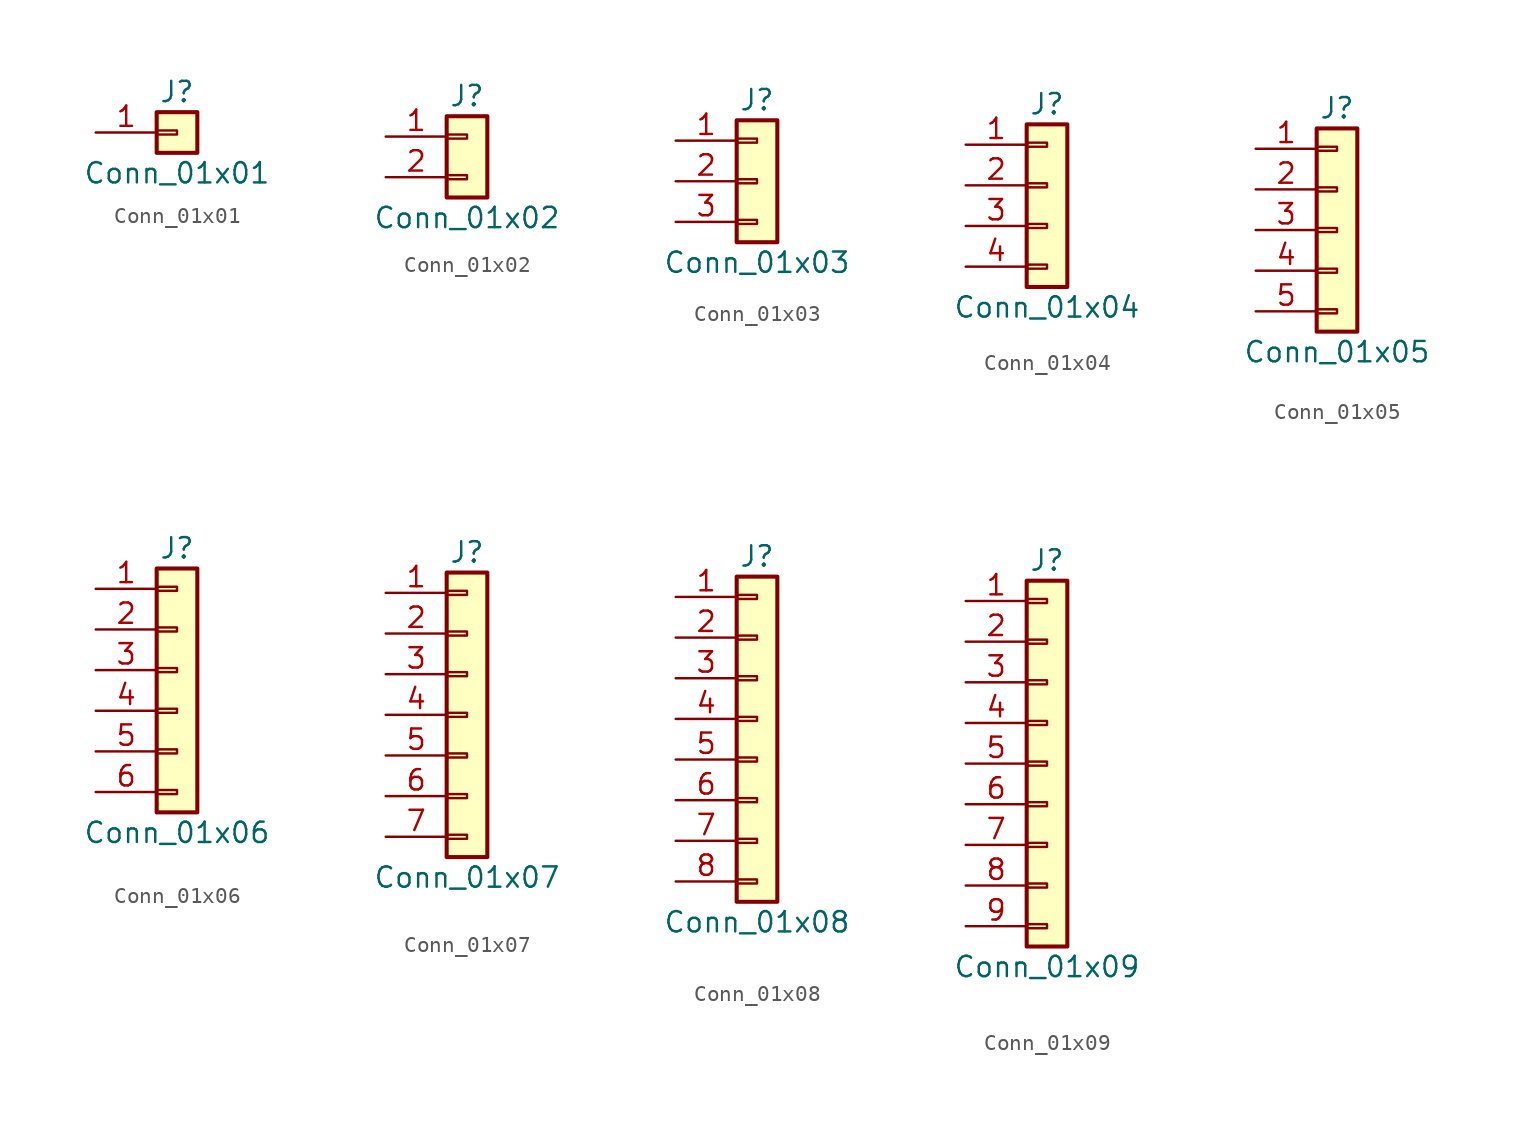
<source format=kicad_sym>
(kicad_symbol_lib
  (version 20201005)
  (generator kicad_symbol_editor)
  (symbol "Connector_Generic:Conn_01x01"
    (pin_names
      (offset 1.016) hide)
    (property "Reference" "J"
      (at 0 2.54 0)
      (effects (font (size 1.27 1.27))))
    (property "Value" "Conn_01x01"
      (at 0 -2.54 0)
      (effects (font (size 1.27 1.27))))
    (symbol "Conn_01x01_1_1"
      (rectangle (start -1.27 0.127) (end 0 -0.127) (stroke (width 0.152)) (fill (type none)))
      (rectangle (start -1.27 1.27) (end 1.27 -1.27) (stroke (width 0.254)) (fill (type background)))
      (pin passive line (at -5.08 0 0) (length 3.81) (name "Pin_1" (effects (font (size 1.27 1.27)))) (number "1" (effects (font (size 1.27 1.27)))))))
  (symbol "Connector_Generic:Conn_01x02"
    (pin_names
      (offset 1.016) hide)
    (property "Reference" "J"
      (at 0 2.54 0)
      (effects (font (size 1.27 1.27))))
    (property "Value" "Conn_01x02"
      (at 0 -5.08 0)
      (effects (font (size 1.27 1.27))))
    (symbol "Conn_01x02_1_1"
      (rectangle (start -1.27 -2.413) (end 0 -2.667) (stroke (width 0.152)) (fill (type none)))
      (rectangle (start -1.27 0.127) (end 0 -0.127) (stroke (width 0.152)) (fill (type none)))
      (rectangle (start -1.27 1.27) (end 1.27 -3.81) (stroke (width 0.254)) (fill (type background)))
      (pin passive line (at -5.08 0 0) (length 3.81) (name "Pin_1" (effects (font (size 1.27 1.27)))) (number "1" (effects (font (size 1.27 1.27)))))
      (pin passive line (at -5.08 -2.54 0) (length 3.81) (name "Pin_2" (effects (font (size 1.27 1.27)))) (number "2" (effects (font (size 1.27 1.27)))))))
  (symbol "Connector_Generic:Conn_01x03"
    (pin_names
      (offset 1.016) hide)
    (property "Reference" "J"
      (at 0 5.08 0)
      (effects (font (size 1.27 1.27))))
    (property "Value" "Conn_01x03"
      (at 0 -5.08 0)
      (effects (font (size 1.27 1.27))))
    (symbol "Conn_01x03_1_1"
      (rectangle (start -1.27 -2.413) (end 0 -2.667) (stroke (width 0.152)) (fill (type none)))
      (rectangle (start -1.27 2.667) (end 0 2.413) (stroke (width 0.152)) (fill (type none)))
      (rectangle (start -1.27 3.81) (end 1.27 -3.81) (stroke (width 0.254)) (fill (type background)))
      (rectangle (start -1.27 0.127) (end 0 -0.127) (stroke (width 0.152)) (fill (type none)))
      (pin passive line (at -5.08 2.54 0) (length 3.81) (name "Pin_1" (effects (font (size 1.27 1.27)))) (number "1" (effects (font (size 1.27 1.27)))))
      (pin passive line (at -5.08 0 0) (length 3.81) (name "Pin_2" (effects (font (size 1.27 1.27)))) (number "2" (effects (font (size 1.27 1.27)))))
      (pin passive line (at -5.08 -2.54 0) (length 3.81) (name "Pin_3" (effects (font (size 1.27 1.27)))) (number "3" (effects (font (size 1.27 1.27)))))))
  (symbol "Connector_Generic:Conn_01x04"
    (pin_names
      (offset 1.016) hide)
    (property "Reference" "J"
      (at 0 5.08 0)
      (effects (font (size 1.27 1.27))))
    (property "Value" "Conn_01x04"
      (at 0 -7.62 0)
      (effects (font (size 1.27 1.27))))
    (symbol "Conn_01x04_1_1"
      (rectangle (start -1.27 -4.953) (end 0 -5.207) (stroke (width 0.152)) (fill (type none)))
      (rectangle (start -1.27 -2.413) (end 0 -2.667) (stroke (width 0.152)) (fill (type none)))
      (rectangle (start -1.27 2.667) (end 0 2.413) (stroke (width 0.152)) (fill (type none)))
      (rectangle (start -1.27 3.81) (end 1.27 -6.35) (stroke (width 0.254)) (fill (type background)))
      (rectangle (start -1.27 0.127) (end 0 -0.127) (stroke (width 0.152)) (fill (type none)))
      (pin passive line (at -5.08 2.54 0) (length 3.81) (name "Pin_1" (effects (font (size 1.27 1.27)))) (number "1" (effects (font (size 1.27 1.27)))))
      (pin passive line (at -5.08 0 0) (length 3.81) (name "Pin_2" (effects (font (size 1.27 1.27)))) (number "2" (effects (font (size 1.27 1.27)))))
      (pin passive line (at -5.08 -2.54 0) (length 3.81) (name "Pin_3" (effects (font (size 1.27 1.27)))) (number "3" (effects (font (size 1.27 1.27)))))
      (pin passive line (at -5.08 -5.08 0) (length 3.81) (name "Pin_4" (effects (font (size 1.27 1.27)))) (number "4" (effects (font (size 1.27 1.27)))))))
  (symbol "Connector_Generic:Conn_01x05"
    (pin_names
      (offset 1.016) hide)
    (property "Reference" "J"
      (at 0 7.62 0)
      (effects (font (size 1.27 1.27))))
    (property "Value" "Conn_01x05"
      (at 0 -7.62 0)
      (effects (font (size 1.27 1.27))))
    (symbol "Conn_01x05_1_1"
      (rectangle (start -1.27 -4.953) (end 0 -5.207) (stroke (width 0.152)) (fill (type none)))
      (rectangle (start -1.27 -2.413) (end 0 -2.667) (stroke (width 0.152)) (fill (type none)))
      (rectangle (start -1.27 2.667) (end 0 2.413) (stroke (width 0.152)) (fill (type none)))
      (rectangle (start -1.27 5.207) (end 0 4.953) (stroke (width 0.152)) (fill (type none)))
      (rectangle (start -1.27 6.35) (end 1.27 -6.35) (stroke (width 0.254)) (fill (type background)))
      (rectangle (start -1.27 0.127) (end 0 -0.127) (stroke (width 0.152)) (fill (type none)))
      (pin passive line (at -5.08 5.08 0) (length 3.81) (name "Pin_1" (effects (font (size 1.27 1.27)))) (number "1" (effects (font (size 1.27 1.27)))))
      (pin passive line (at -5.08 2.54 0) (length 3.81) (name "Pin_2" (effects (font (size 1.27 1.27)))) (number "2" (effects (font (size 1.27 1.27)))))
      (pin passive line (at -5.08 0 0) (length 3.81) (name "Pin_3" (effects (font (size 1.27 1.27)))) (number "3" (effects (font (size 1.27 1.27)))))
      (pin passive line (at -5.08 -2.54 0) (length 3.81) (name "Pin_4" (effects (font (size 1.27 1.27)))) (number "4" (effects (font (size 1.27 1.27)))))
      (pin passive line (at -5.08 -5.08 0) (length 3.81) (name "Pin_5" (effects (font (size 1.27 1.27)))) (number "5" (effects (font (size 1.27 1.27)))))))
  (symbol "Connector_Generic:Conn_01x06"
    (pin_names
      (offset 1.016) hide)
    (property "Reference" "J"
      (at 0 7.62 0)
      (effects (font (size 1.27 1.27))))
    (property "Value" "Conn_01x06"
      (at 0 -10.16 0)
      (effects (font (size 1.27 1.27))))
    (symbol "Conn_01x06_1_1"
      (rectangle (start -1.27 -4.953) (end 0 -5.207) (stroke (width 0.152)) (fill (type none)))
      (rectangle (start -1.27 -7.493) (end 0 -7.747) (stroke (width 0.152)) (fill (type none)))
      (rectangle (start -1.27 -2.413) (end 0 -2.667) (stroke (width 0.152)) (fill (type none)))
      (rectangle (start -1.27 2.667) (end 0 2.413) (stroke (width 0.152)) (fill (type none)))
      (rectangle (start -1.27 5.207) (end 0 4.953) (stroke (width 0.152)) (fill (type none)))
      (rectangle (start -1.27 6.35) (end 1.27 -8.89) (stroke (width 0.254)) (fill (type background)))
      (rectangle (start -1.27 0.127) (end 0 -0.127) (stroke (width 0.152)) (fill (type none)))
      (pin passive line (at -5.08 5.08 0) (length 3.81) (name "Pin_1" (effects (font (size 1.27 1.27)))) (number "1" (effects (font (size 1.27 1.27)))))
      (pin passive line (at -5.08 2.54 0) (length 3.81) (name "Pin_2" (effects (font (size 1.27 1.27)))) (number "2" (effects (font (size 1.27 1.27)))))
      (pin passive line (at -5.08 0 0) (length 3.81) (name "Pin_3" (effects (font (size 1.27 1.27)))) (number "3" (effects (font (size 1.27 1.27)))))
      (pin passive line (at -5.08 -2.54 0) (length 3.81) (name "Pin_4" (effects (font (size 1.27 1.27)))) (number "4" (effects (font (size 1.27 1.27)))))
      (pin passive line (at -5.08 -5.08 0) (length 3.81) (name "Pin_5" (effects (font (size 1.27 1.27)))) (number "5" (effects (font (size 1.27 1.27)))))
      (pin passive line (at -5.08 -7.62 0) (length 3.81) (name "Pin_6" (effects (font (size 1.27 1.27)))) (number "6" (effects (font (size 1.27 1.27)))))))
  (symbol "Connector_Generic:Conn_01x07"
    (pin_names
      (offset 1.016) hide)
    (property "Reference" "J"
      (at 0 10.16 0)
      (effects (font (size 1.27 1.27))))
    (property "Value" "Conn_01x07"
      (at 0 -10.16 0)
      (effects (font (size 1.27 1.27))))
    (symbol "Conn_01x07_1_1"
      (rectangle (start -1.27 -4.953) (end 0 -5.207) (stroke (width 0.152)) (fill (type none)))
      (rectangle (start -1.27 -7.493) (end 0 -7.747) (stroke (width 0.152)) (fill (type none)))
      (rectangle (start -1.27 -2.413) (end 0 -2.667) (stroke (width 0.152)) (fill (type none)))
      (rectangle (start -1.27 2.667) (end 0 2.413) (stroke (width 0.152)) (fill (type none)))
      (rectangle (start -1.27 5.207) (end 0 4.953) (stroke (width 0.152)) (fill (type none)))
      (rectangle (start -1.27 7.747) (end 0 7.493) (stroke (width 0.152)) (fill (type none)))
      (rectangle (start -1.27 8.89) (end 1.27 -8.89) (stroke (width 0.254)) (fill (type background)))
      (rectangle (start -1.27 0.127) (end 0 -0.127) (stroke (width 0.152)) (fill (type none)))
      (pin passive line (at -5.08 7.62 0) (length 3.81) (name "Pin_1" (effects (font (size 1.27 1.27)))) (number "1" (effects (font (size 1.27 1.27)))))
      (pin passive line (at -5.08 5.08 0) (length 3.81) (name "Pin_2" (effects (font (size 1.27 1.27)))) (number "2" (effects (font (size 1.27 1.27)))))
      (pin passive line (at -5.08 2.54 0) (length 3.81) (name "Pin_3" (effects (font (size 1.27 1.27)))) (number "3" (effects (font (size 1.27 1.27)))))
      (pin passive line (at -5.08 0 0) (length 3.81) (name "Pin_4" (effects (font (size 1.27 1.27)))) (number "4" (effects (font (size 1.27 1.27)))))
      (pin passive line (at -5.08 -2.54 0) (length 3.81) (name "Pin_5" (effects (font (size 1.27 1.27)))) (number "5" (effects (font (size 1.27 1.27)))))
      (pin passive line (at -5.08 -5.08 0) (length 3.81) (name "Pin_6" (effects (font (size 1.27 1.27)))) (number "6" (effects (font (size 1.27 1.27)))))
      (pin passive line (at -5.08 -7.62 0) (length 3.81) (name "Pin_7" (effects (font (size 1.27 1.27)))) (number "7" (effects (font (size 1.27 1.27)))))))
  (symbol "Connector_Generic:Conn_01x08"
    (pin_names
      (offset 1.016) hide)
    (property "Reference" "J"
      (at 0 10.16 0)
      (effects (font (size 1.27 1.27))))
    (property "Value" "Conn_01x08"
      (at 0 -12.7 0)
      (effects (font (size 1.27 1.27))))
    (symbol "Conn_01x08_1_1"
      (rectangle (start -1.27 -4.953) (end 0 -5.207) (stroke (width 0.152)) (fill (type none)))
      (rectangle (start -1.27 -7.493) (end 0 -7.747) (stroke (width 0.152)) (fill (type none)))
      (rectangle (start -1.27 -10.033) (end 0 -10.287) (stroke (width 0.152)) (fill (type none)))
      (rectangle (start -1.27 -2.413) (end 0 -2.667) (stroke (width 0.152)) (fill (type none)))
      (rectangle (start -1.27 2.667) (end 0 2.413) (stroke (width 0.152)) (fill (type none)))
      (rectangle (start -1.27 5.207) (end 0 4.953) (stroke (width 0.152)) (fill (type none)))
      (rectangle (start -1.27 7.747) (end 0 7.493) (stroke (width 0.152)) (fill (type none)))
      (rectangle (start -1.27 8.89) (end 1.27 -11.43) (stroke (width 0.254)) (fill (type background)))
      (rectangle (start -1.27 0.127) (end 0 -0.127) (stroke (width 0.152)) (fill (type none)))
      (pin passive line (at -5.08 7.62 0) (length 3.81) (name "Pin_1" (effects (font (size 1.27 1.27)))) (number "1" (effects (font (size 1.27 1.27)))))
      (pin passive line (at -5.08 5.08 0) (length 3.81) (name "Pin_2" (effects (font (size 1.27 1.27)))) (number "2" (effects (font (size 1.27 1.27)))))
      (pin passive line (at -5.08 2.54 0) (length 3.81) (name "Pin_3" (effects (font (size 1.27 1.27)))) (number "3" (effects (font (size 1.27 1.27)))))
      (pin passive line (at -5.08 0 0) (length 3.81) (name "Pin_4" (effects (font (size 1.27 1.27)))) (number "4" (effects (font (size 1.27 1.27)))))
      (pin passive line (at -5.08 -2.54 0) (length 3.81) (name "Pin_5" (effects (font (size 1.27 1.27)))) (number "5" (effects (font (size 1.27 1.27)))))
      (pin passive line (at -5.08 -5.08 0) (length 3.81) (name "Pin_6" (effects (font (size 1.27 1.27)))) (number "6" (effects (font (size 1.27 1.27)))))
      (pin passive line (at -5.08 -7.62 0) (length 3.81) (name "Pin_7" (effects (font (size 1.27 1.27)))) (number "7" (effects (font (size 1.27 1.27)))))
      (pin passive line (at -5.08 -10.16 0) (length 3.81) (name "Pin_8" (effects (font (size 1.27 1.27)))) (number "8" (effects (font (size 1.27 1.27)))))))
  (symbol "Connector_Generic:Conn_01x09"
    (pin_names
      (offset 1.016) hide)
    (property "Reference" "J"
      (at 0 12.7 0)
      (effects (font (size 1.27 1.27))))
    (property "Value" "Conn_01x09"
      (at 0 -12.7 0)
      (effects (font (size 1.27 1.27))))
    (symbol "Conn_01x09_1_1"
      (rectangle (start -1.27 -4.953) (end 0 -5.207) (stroke (width 0.152)) (fill (type none)))
      (rectangle (start -1.27 -7.493) (end 0 -7.747) (stroke (width 0.152)) (fill (type none)))
      (rectangle (start -1.27 -10.033) (end 0 -10.287) (stroke (width 0.152)) (fill (type none)))
      (rectangle (start -1.27 -2.413) (end 0 -2.667) (stroke (width 0.152)) (fill (type none)))
      (rectangle (start -1.27 2.667) (end 0 2.413) (stroke (width 0.152)) (fill (type none)))
      (rectangle (start -1.27 5.207) (end 0 4.953) (stroke (width 0.152)) (fill (type none)))
      (rectangle (start -1.27 7.747) (end 0 7.493) (stroke (width 0.152)) (fill (type none)))
      (rectangle (start -1.27 10.287) (end 0 10.033) (stroke (width 0.152)) (fill (type none)))
      (rectangle (start -1.27 11.43) (end 1.27 -11.43) (stroke (width 0.254)) (fill (type background)))
      (rectangle (start -1.27 0.127) (end 0 -0.127) (stroke (width 0.152)) (fill (type none)))
      (pin passive line (at -5.08 10.16 0) (length 3.81) (name "Pin_1" (effects (font (size 1.27 1.27)))) (number "1" (effects (font (size 1.27 1.27)))))
      (pin passive line (at -5.08 7.62 0) (length 3.81) (name "Pin_2" (effects (font (size 1.27 1.27)))) (number "2" (effects (font (size 1.27 1.27)))))
      (pin passive line (at -5.08 5.08 0) (length 3.81) (name "Pin_3" (effects (font (size 1.27 1.27)))) (number "3" (effects (font (size 1.27 1.27)))))
      (pin passive line (at -5.08 2.54 0) (length 3.81) (name "Pin_4" (effects (font (size 1.27 1.27)))) (number "4" (effects (font (size 1.27 1.27)))))
      (pin passive line (at -5.08 0 0) (length 3.81) (name "Pin_5" (effects (font (size 1.27 1.27)))) (number "5" (effects (font (size 1.27 1.27)))))
      (pin passive line (at -5.08 -2.54 0) (length 3.81) (name "Pin_6" (effects (font (size 1.27 1.27)))) (number "6" (effects (font (size 1.27 1.27)))))
      (pin passive line (at -5.08 -5.08 0) (length 3.81) (name "Pin_7" (effects (font (size 1.27 1.27)))) (number "7" (effects (font (size 1.27 1.27)))))
      (pin passive line (at -5.08 -7.62 0) (length 3.81) (name "Pin_8" (effects (font (size 1.27 1.27)))) (number "8" (effects (font (size 1.27 1.27)))))
      (pin passive line (at -5.08 -10.16 0) (length 3.81) (name "Pin_9" (effects (font (size 1.27 1.27)))) (number "9" (effects (font (size 1.27 1.27))))))))
</source>
